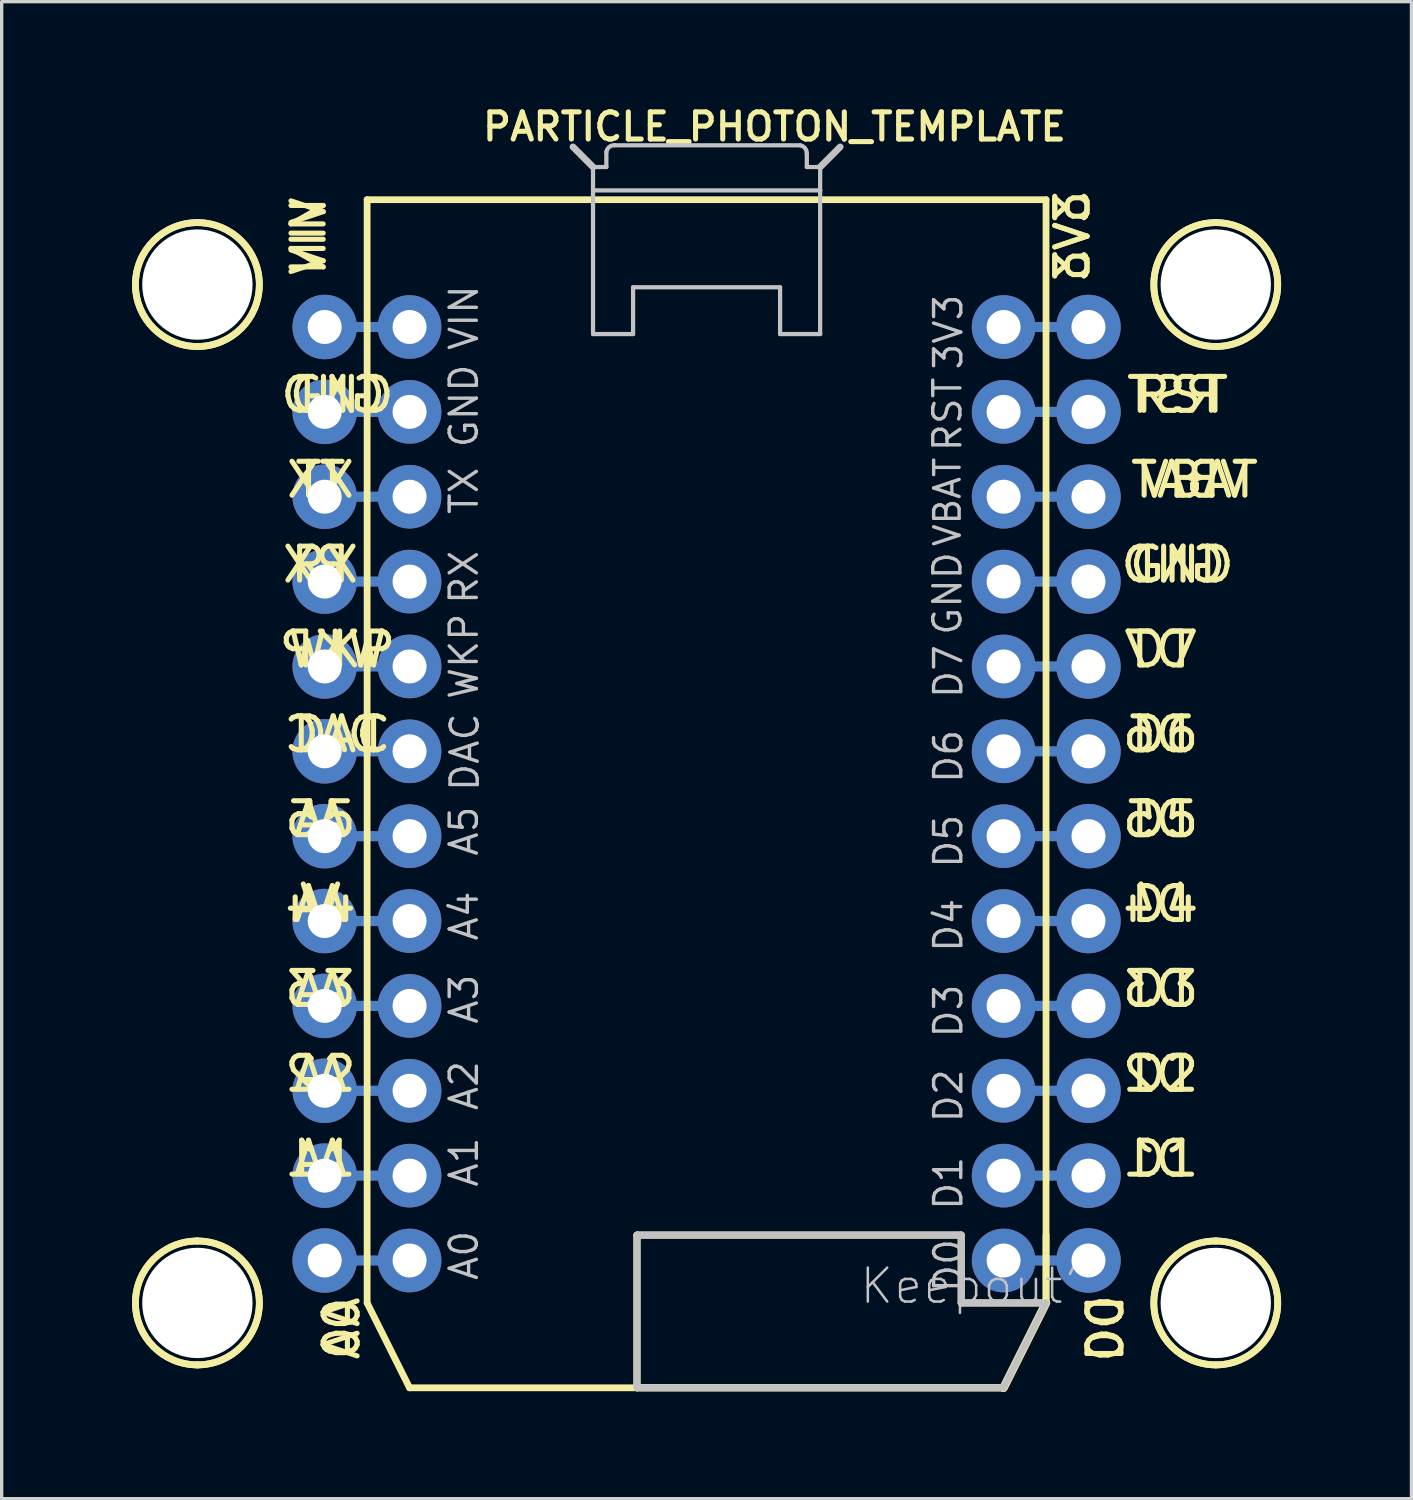
<source format=kicad_pcb>
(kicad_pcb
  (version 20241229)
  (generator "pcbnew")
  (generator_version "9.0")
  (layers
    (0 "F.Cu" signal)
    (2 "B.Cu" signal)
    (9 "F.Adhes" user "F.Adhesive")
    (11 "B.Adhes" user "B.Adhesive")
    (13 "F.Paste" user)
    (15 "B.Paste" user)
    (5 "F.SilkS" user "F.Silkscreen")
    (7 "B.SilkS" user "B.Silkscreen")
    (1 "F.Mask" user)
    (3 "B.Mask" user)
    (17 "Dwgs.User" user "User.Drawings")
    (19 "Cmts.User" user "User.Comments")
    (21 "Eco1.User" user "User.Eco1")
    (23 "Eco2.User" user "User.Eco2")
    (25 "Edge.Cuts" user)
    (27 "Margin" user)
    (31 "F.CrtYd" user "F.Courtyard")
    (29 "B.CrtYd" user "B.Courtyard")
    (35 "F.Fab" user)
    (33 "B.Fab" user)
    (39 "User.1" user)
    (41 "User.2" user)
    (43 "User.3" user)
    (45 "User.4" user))
  (footprint "PARTICLE_PHOTON_TEMPLATE"
    (layer "F.Cu")
    (at 18.098 20.707)
    (property "Reference" "PARTICLE_PHOTON_TEMPLATE" (at 2.032 -19.964 0) (layer "F.SilkS") (effects (font (size 0.813 0.813) (thickness 0.152))))
    (attr exclude_from_pos_files exclude_from_bom)
    (fp_line (start -11.43 -13.97) (end -8.89 -13.97) (stroke (width 0.305) (type solid)) (layer "B.Cu"))
    (fp_line (start -11.43 -8.89) (end -8.89 -8.89) (stroke (width 0.305) (type solid)) (layer "B.Cu"))
    (fp_line (start -11.43 -6.35) (end -8.89 -6.35) (stroke (width 0.305) (type solid)) (layer "B.Cu"))
    (fp_line (start -11.43 -3.81) (end -8.89 -3.81) (stroke (width 0.305) (type solid)) (layer "B.Cu"))
    (fp_line (start -11.43 -1.27) (end -8.89 -1.27) (stroke (width 0.305) (type solid)) (layer "B.Cu"))
    (fp_line (start -11.43 1.27) (end -8.89 1.27) (stroke (width 0.305) (type solid)) (layer "B.Cu"))
    (fp_line (start -11.43 3.81) (end -8.89 3.81) (stroke (width 0.305) (type solid)) (layer "B.Cu"))
    (fp_line (start -11.43 6.35) (end -8.89 6.35) (stroke (width 0.305) (type solid)) (layer "B.Cu"))
    (fp_line (start -11.43 8.89) (end -8.89 8.89) (stroke (width 0.305) (type solid)) (layer "B.Cu"))
    (fp_line (start -11.43 11.43) (end -8.89 11.43) (stroke (width 0.305) (type solid)) (layer "B.Cu"))
    (fp_line (start -11.43 13.97) (end -8.89 13.97) (stroke (width 0.305) (type solid)) (layer "B.Cu"))
    (fp_line (start -8.89 -11.43) (end -11.43 -11.43) (stroke (width 0.305) (type solid)) (layer "B.Cu"))
    (fp_line (start 8.89 -13.97) (end 11.43 -13.97) (stroke (width 0.305) (type solid)) (layer "B.Cu"))
    (fp_line (start 8.89 -11.43) (end 11.43 -11.43) (stroke (width 0.305) (type solid)) (layer "B.Cu"))
    (fp_line (start 8.89 -8.89) (end 11.43 -8.89) (stroke (width 0.305) (type solid)) (layer "B.Cu"))
    (fp_line (start 8.89 -6.35) (end 11.43 -6.35) (stroke (width 0.305) (type solid)) (layer "B.Cu"))
    (fp_line (start 8.89 -3.81) (end 11.43 -3.81) (stroke (width 0.305) (type solid)) (layer "B.Cu"))
    (fp_line (start 8.89 -1.27) (end 11.43 -1.27) (stroke (width 0.305) (type solid)) (layer "B.Cu"))
    (fp_line (start 8.89 1.27) (end 11.43 1.27) (stroke (width 0.305) (type solid)) (layer "B.Cu"))
    (fp_line (start 8.89 3.81) (end 11.43 3.81) (stroke (width 0.305) (type solid)) (layer "B.Cu"))
    (fp_line (start 8.89 6.35) (end 11.43 6.35) (stroke (width 0.305) (type solid)) (layer "B.Cu"))
    (fp_line (start 8.89 8.89) (end 11.43 8.89) (stroke (width 0.305) (type solid)) (layer "B.Cu"))
    (fp_line (start 8.89 11.43) (end 11.43 11.43) (stroke (width 0.305) (type solid)) (layer "B.Cu"))
    (fp_line (start 8.89 13.97) (end 11.43 13.97) (stroke (width 0.305) (type solid)) (layer "B.Cu"))
    (fp_line (start -10.16 -17.78) (end 10.16 -17.78) (stroke (width 0.203) (type solid)) (layer "F.SilkS"))
    (fp_line (start -10.16 15.24) (end -10.16 -17.78) (stroke (width 0.203) (type solid)) (layer "F.SilkS"))
    (fp_line (start -8.89 17.78) (end -10.16 15.24) (stroke (width 0.203) (type solid)) (layer "F.SilkS"))
    (fp_line (start -2.083 13.208) (end -2.083 17.78) (stroke (width 0.203) (type solid)) (layer "F.SilkS"))
    (fp_line (start -2.083 13.208) (end -2.083 17.78) (stroke (width 0.203) (type solid)) (layer "F.SilkS"))
    (fp_line (start -2.083 17.78) (end 8.89 17.78) (stroke (width 0.203) (type solid)) (layer "F.SilkS"))
    (fp_line (start -2.083 17.78) (end 8.89 17.78) (stroke (width 0.203) (type solid)) (layer "F.SilkS"))
    (fp_line (start 7.62 13.208) (end -2.083 13.208) (stroke (width 0.203) (type solid)) (layer "F.SilkS"))
    (fp_line (start 7.62 13.208) (end -2.083 13.208) (stroke (width 0.203) (type solid)) (layer "F.SilkS"))
    (fp_line (start 7.62 15.24) (end 7.62 13.208) (stroke (width 0.203) (type solid)) (layer "F.SilkS"))
    (fp_line (start 7.62 15.24) (end 7.62 13.208) (stroke (width 0.203) (type solid)) (layer "F.SilkS"))
    (fp_line (start 8.89 17.78) (end -8.89 17.78) (stroke (width 0.203) (type solid)) (layer "F.SilkS"))
    (fp_line (start 8.89 17.78) (end 10.16 15.24) (stroke (width 0.203) (type solid)) (layer "F.SilkS"))
    (fp_line (start 8.89 17.78) (end 10.16 15.24) (stroke (width 0.203) (type solid)) (layer "F.SilkS"))
    (fp_line (start 10.16 -17.78) (end 10.16 15.24) (stroke (width 0.203) (type solid)) (layer "F.SilkS"))
    (fp_line (start 10.16 13.208) (end 10.16 15.24) (stroke (width 0.203) (type solid)) (layer "F.SilkS"))
    (fp_line (start 10.16 15.24) (end 7.62 15.24) (stroke (width 0.203) (type solid)) (layer "F.SilkS"))
    (fp_line (start 10.16 15.24) (end 7.62 15.24) (stroke (width 0.203) (type solid)) (layer "F.SilkS"))
    (fp_line (start 10.16 15.24) (end 8.89 17.78) (stroke (width 0.254) (type solid)) (layer "F.SilkS"))
    (fp_arc (start -15.24 -17.0942) (mid -13.3858 -15.24) (end -15.24 -13.3858) (stroke (width 0.2032) (type solid)) (layer "F.SilkS"))
    (fp_arc (start -15.24 -17.0942) (mid -13.3858 -15.24) (end -15.24 -13.3858) (stroke (width 0.2032) (type solid)) (layer "F.SilkS"))
    (fp_arc (start -15.24 -13.3858) (mid -17.0942 -15.24) (end -15.24 -17.0942) (stroke (width 0.2032) (type solid)) (layer "F.SilkS"))
    (fp_arc (start -15.24 -13.3858) (mid -17.0942 -15.24) (end -15.24 -17.0942) (stroke (width 0.2032) (type solid)) (layer "F.SilkS"))
    (fp_arc (start -15.24 13.3858) (mid -13.3858 15.24) (end -15.24 17.0942) (stroke (width 0.2032) (type solid)) (layer "F.SilkS"))
    (fp_arc (start -15.24 13.3858) (mid -13.3858 15.24) (end -15.24 17.0942) (stroke (width 0.2032) (type solid)) (layer "F.SilkS"))
    (fp_arc (start -15.24 17.0942) (mid -17.0942 15.24) (end -15.24 13.3858) (stroke (width 0.2032) (type solid)) (layer "F.SilkS"))
    (fp_arc (start -15.24 17.0942) (mid -17.0942 15.24) (end -15.24 13.3858) (stroke (width 0.2032) (type solid)) (layer "F.SilkS"))
    (fp_arc (start 15.24 -17.0942) (mid 17.0942 -15.24) (end 15.24 -13.3858) (stroke (width 0.2032) (type solid)) (layer "F.SilkS"))
    (fp_arc (start 15.24 -17.0942) (mid 17.0942 -15.24) (end 15.24 -13.3858) (stroke (width 0.2032) (type solid)) (layer "F.SilkS"))
    (fp_arc (start 15.24 -13.3858) (mid 13.3858 -15.24) (end 15.24 -17.0942) (stroke (width 0.2032) (type solid)) (layer "F.SilkS"))
    (fp_arc (start 15.24 -13.3858) (mid 13.3858 -15.24) (end 15.24 -17.0942) (stroke (width 0.2032) (type solid)) (layer "F.SilkS"))
    (fp_arc (start 15.24 13.3858) (mid 17.0942 15.24) (end 15.24 17.0942) (stroke (width 0.2032) (type solid)) (layer "F.SilkS"))
    (fp_arc (start 15.24 13.3858) (mid 17.0942 15.24) (end 15.24 17.0942) (stroke (width 0.2032) (type solid)) (layer "F.SilkS"))
    (fp_arc (start 15.24 17.0942) (mid 13.3858 15.24) (end 15.24 13.3858) (stroke (width 0.2032) (type solid)) (layer "F.SilkS"))
    (fp_arc (start 15.24 17.0942) (mid 13.3858 15.24) (end 15.24 13.3858) (stroke (width 0.2032) (type solid)) (layer "F.SilkS"))
    (fp_line (start -3.399 -18.758) (end -3.998 -19.36) (stroke (width 0.203) (type solid)) (layer "Dwgs.User"))
    (fp_line (start -3.399 -18.059) (end -3.399 -18.758) (stroke (width 0.127) (type solid)) (layer "Dwgs.User"))
    (fp_line (start -3.399 -13.759) (end -3.399 -18.059) (stroke (width 0.127) (type solid)) (layer "Dwgs.User"))
    (fp_line (start -3.399 -13.759) (end -2.2 -13.759) (stroke (width 0.127) (type solid)) (layer "Dwgs.User"))
    (fp_line (start -3 -19.207) (end -3 -18.758) (stroke (width 0.127) (type solid)) (layer "Dwgs.User"))
    (fp_line (start -3 -18.758) (end -3.399 -18.758) (stroke (width 0.127) (type solid)) (layer "Dwgs.User"))
    (fp_line (start -2.2 -15.159) (end -2.2 -13.759) (stroke (width 0.127) (type solid)) (layer "Dwgs.User"))
    (fp_line (start -2.083 13.208) (end -2.083 17.78) (stroke (width 0.203) (type solid)) (layer "Dwgs.User"))
    (fp_line (start -2.083 17.78) (end 8.89 17.78) (stroke (width 0.203) (type solid)) (layer "Dwgs.User"))
    (fp_line (start 2.2 -15.159) (end -2.2 -15.159) (stroke (width 0.127) (type solid)) (layer "Dwgs.User"))
    (fp_line (start 2.2 -15.159) (end 2.2 -13.759) (stroke (width 0.127) (type solid)) (layer "Dwgs.User"))
    (fp_line (start 2.799 -19.408) (end -2.748 -19.408) (stroke (width 0.127) (type solid)) (layer "Dwgs.User"))
    (fp_line (start 3 -18.758) (end 3 -19.159) (stroke (width 0.127) (type solid)) (layer "Dwgs.User"))
    (fp_line (start 3.399 -18.758) (end 3 -18.758) (stroke (width 0.127) (type solid)) (layer "Dwgs.User"))
    (fp_line (start 3.399 -18.758) (end 3.399 -18.059) (stroke (width 0.127) (type solid)) (layer "Dwgs.User"))
    (fp_line (start 3.399 -18.758) (end 3.998 -19.36) (stroke (width 0.203) (type solid)) (layer "Dwgs.User"))
    (fp_line (start 3.399 -18.059) (end -3.399 -18.059) (stroke (width 0.127) (type solid)) (layer "Dwgs.User"))
    (fp_line (start 3.399 -18.059) (end 3.399 -13.759) (stroke (width 0.127) (type solid)) (layer "Dwgs.User"))
    (fp_line (start 3.399 -13.759) (end 2.2 -13.759) (stroke (width 0.127) (type solid)) (layer "Dwgs.User"))
    (fp_line (start 7.62 13.208) (end -2.083 13.208) (stroke (width 0.203) (type solid)) (layer "Dwgs.User"))
    (fp_line (start 7.62 15.24) (end 7.62 13.208) (stroke (width 0.203) (type solid)) (layer "Dwgs.User"))
    (fp_line (start 10.16 15.24) (end 7.62 15.24) (stroke (width 0.203) (type solid)) (layer "Dwgs.User"))
    (fp_line (start 10.16 15.24) (end 8.89 17.78) (stroke (width 0.203) (type solid)) (layer "Dwgs.User"))
    (fp_arc (start -2.99974 -19.20748) (mid -2.914465 -19.357069) (end -2.750764 -19.410461) (stroke (width 0.127) (type solid)) (layer "Dwgs.User"))
    (fp_arc (start 2.79908 -19.40814) (mid 2.946301 -19.321817) (end 2.997236 -19.158933) (stroke (width 0.127) (type solid)) (layer "Dwgs.User"))
    (fp_circle (center -15.24 -15.24) (end -15.24 -18.034) (stroke (width 0.127) (type solid)) (fill no) (layer "Eco2.User"))
    (fp_circle (center -15.24 15.24) (end -15.24 12.446) (stroke (width 0.127) (type solid)) (fill no) (layer "Eco2.User"))
    (fp_circle (center 15.24 -15.24) (end 15.24 -18.034) (stroke (width 0.127) (type solid)) (fill no) (layer "Eco2.User"))
    (fp_circle (center 15.24 15.24) (end 15.24 12.446) (stroke (width 0.127) (type solid)) (fill no) (layer "Eco2.User"))
    (fp_text user "A1" (at -11.684 10.922 0) (layer "F.SilkS") (effects (font (size 1.016 1.016) (thickness 0.152)) (justify mirror)))
    (fp_text user "GND" (at -10.922 -11.938 0) (layer "F.SilkS") (effects (font (size 1.016 1.016) (thickness 0.152))))
    (fp_text user "D4" (at 13.462 3.302 0) (layer "F.SilkS") (effects (font (size 1.016 1.016) (thickness 0.152)) (justify mirror)))
    (fp_text user "A2" (at -11.684 8.382 0) (layer "F.SilkS") (effects (font (size 1.016 1.016) (thickness 0.152)) (justify mirror)))
    (fp_text user "A4" (at -11.684 3.302 0) (layer "F.SilkS") (effects (font (size 1.016 1.016) (thickness 0.152)) (justify mirror)))
    (fp_text user "RX" (at -11.684 -6.858 0) (layer "F.SilkS") (effects (font (size 1.016 1.016) (thickness 0.152)) (justify mirror)))
    (fp_text user "VIN" (at -11.913 -16.688 90) (layer "F.SilkS") (effects (font (size 0.965 0.965) (thickness 0.152))))
    (fp_text user "D2" (at 13.716 8.382 0) (layer "F.SilkS") (effects (font (size 1.016 1.016) (thickness 0.152))))
    (fp_text user "A5" (at -11.43 0.762 0) (layer "F.SilkS") (effects (font (size 1.016 1.016) (thickness 0.152))))
    (fp_text user "A0" (at -10.922 16.002 270) (layer "F.SilkS") (effects (font (size 1.016 1.016) (thickness 0.152))))
    (fp_text user "D6" (at 13.462 -1.778 0) (layer "F.SilkS") (effects (font (size 1.016 1.016) (thickness 0.152)) (justify mirror)))
    (fp_text user "A5" (at -11.684 0.762 0) (layer "F.SilkS") (effects (font (size 1.016 1.016) (thickness 0.152)) (justify mirror)))
    (fp_text user "D0" (at 11.938 16.002 270) (layer "F.SilkS") (effects (font (size 1.016 1.016) (thickness 0.152))))
    (fp_text user "A3" (at -11.684 5.842 0) (layer "F.SilkS") (effects (font (size 1.016 1.016) (thickness 0.152)) (justify mirror)))
    (fp_text user "GND" (at -11.176 -11.938 0) (layer "F.SilkS") (effects (font (size 1.016 1.016) (thickness 0.152)) (justify mirror)))
    (fp_text user "WKP" (at -11.176 -4.318 0) (layer "F.SilkS") (effects (font (size 1.016 1.016) (thickness 0.152)) (justify mirror)))
    (fp_text user "RX" (at -11.43 -6.858 0) (layer "F.SilkS") (effects (font (size 1.016 1.016) (thickness 0.152))))
    (fp_text user "D3" (at 13.716 5.842 0) (layer "F.SilkS") (effects (font (size 1.016 1.016) (thickness 0.152))))
    (fp_text user "GND" (at 13.97 -6.858 0) (layer "F.SilkS") (effects (font (size 1.016 1.016) (thickness 0.152)) (justify mirror)))
    (fp_text user "GND" (at 14.224 -6.858 0) (layer "F.SilkS") (effects (font (size 1.016 1.016) (thickness 0.152))))
    (fp_text user "D3" (at 13.462 5.842 0) (layer "F.SilkS") (effects (font (size 1.016 1.016) (thickness 0.152)) (justify mirror)))
    (fp_text user "D1" (at 13.716 10.922 0) (layer "F.SilkS") (effects (font (size 1.016 1.016) (thickness 0.152))))
    (fp_text user "D7" (at 13.716 -4.318 0) (layer "F.SilkS") (effects (font (size 1.016 1.016) (thickness 0.152))))
    (fp_text user "DAC" (at -11.176 -1.778 0) (layer "F.SilkS") (effects (font (size 1.016 1.016) (thickness 0.152)) (justify mirror)))
    (fp_text user "VBAT" (at 14.475 -9.398 0) (layer "F.SilkS") (effects (font (size 1.016 1.016) (thickness 0.152)) (justify mirror)))
    (fp_text user "D2" (at 13.462 8.382 0) (layer "F.SilkS") (effects (font (size 1.016 1.016) (thickness 0.152)) (justify mirror)))
    (fp_text user "RST" (at 13.97 -11.938 0) (layer "F.SilkS") (effects (font (size 1.016 1.016) (thickness 0.152)) (justify mirror)))
    (fp_text user "A2" (at -11.43 8.382 0) (layer "F.SilkS") (effects (font (size 1.016 1.016) (thickness 0.152))))
    (fp_text user "D1" (at 13.462 10.922 0) (layer "F.SilkS") (effects (font (size 1.016 1.016) (thickness 0.152)) (justify mirror)))
    (fp_text user "A0" (at -10.922 16.002 270) (layer "F.SilkS") (effects (font (size 1.016 1.016) (thickness 0.152)) (justify mirror)))
    (fp_text user "D4" (at 13.716 3.302 0) (layer "F.SilkS") (effects (font (size 1.016 1.016) (thickness 0.152))))
    (fp_text user "D5" (at 13.716 0.762 0) (layer "F.SilkS") (effects (font (size 1.016 1.016) (thickness 0.152))))
    (fp_text user "D7" (at 13.462 -4.318 0) (layer "F.SilkS") (effects (font (size 1.016 1.016) (thickness 0.152)) (justify mirror)))
    (fp_text user "VBAT" (at 14.732 -9.398 0) (layer "F.SilkS") (effects (font (size 1.016 1.016) (thickness 0.152))))
    (fp_text user "D5" (at 13.462 0.762 0) (layer "F.SilkS") (effects (font (size 1.016 1.016) (thickness 0.152)) (justify mirror)))
    (fp_text user "A4" (at -11.43 3.302 0) (layer "F.SilkS") (effects (font (size 1.016 1.016) (thickness 0.152))))
    (fp_text user "DAC" (at -10.922 -1.778 0) (layer "F.SilkS") (effects (font (size 1.016 1.016) (thickness 0.152))))
    (fp_text user "D0" (at 11.938 16.002 270) (layer "F.SilkS") (effects (font (size 1.016 1.016) (thickness 0.152)) (justify mirror)))
    (fp_text user "3V3" (at 10.947 -16.688 90) (layer "F.SilkS") (effects (font (size 0.965 0.965) (thickness 0.152)) (justify mirror)))
    (fp_text user "TX" (at -11.684 -9.398 0) (layer "F.SilkS") (effects (font (size 1.016 1.016) (thickness 0.152)) (justify mirror)))
    (fp_text user "TX" (at -11.43 -9.398 0) (layer "F.SilkS") (effects (font (size 1.016 1.016) (thickness 0.152))))
    (fp_text user "VIN" (at -11.913 -16.688 90) (layer "F.SilkS") (effects (font (size 0.965 0.965) (thickness 0.152)) (justify mirror)))
    (fp_text user "A3" (at -11.43 5.842 0) (layer "F.SilkS") (effects (font (size 1.016 1.016) (thickness 0.152))))
    (fp_text user "D6" (at 13.716 -1.778 0) (layer "F.SilkS") (effects (font (size 1.016 1.016) (thickness 0.152))))
    (fp_text user "3V3" (at 10.947 -16.688 90) (layer "F.SilkS") (effects (font (size 0.965 0.965) (thickness 0.152))))
    (fp_text user "A1" (at -11.43 10.922 0) (layer "F.SilkS") (effects (font (size 1.016 1.016) (thickness 0.152))))
    (fp_text user "RST" (at 14.224 -11.938 0) (layer "F.SilkS") (effects (font (size 1.016 1.016) (thickness 0.152))))
    (fp_text user "WKP" (at -10.922 -4.318 0) (layer "F.SilkS") (effects (font (size 1.016 1.016) (thickness 0.152))))
    (fp_text user "A5" (at -7.262 1.118 90) (layer "Dwgs.User") (effects (font (size 0.813 0.813) (thickness 0.102))))
    (fp_text user "DAC" (at -7.236 -1.245 90) (layer "Dwgs.User") (effects (font (size 0.813 0.813) (thickness 0.102))))
    (fp_text user "D3" (at 7.236 6.502 270) (layer "Dwgs.User") (effects (font (size 0.813 0.813) (thickness 0.102))))
    (fp_text user "VIN" (at -7.262 -14.249 90) (layer "Dwgs.User") (effects (font (size 0.813 0.813) (thickness 0.102))))
    (fp_text user "A0" (at -7.262 13.818 90) (layer "Dwgs.User") (effects (font (size 0.813 0.813) (thickness 0.102))))
    (fp_text user "A3" (at -7.262 6.147 90) (layer "Dwgs.User") (effects (font (size 0.813 0.813) (thickness 0.102))))
    (fp_text user "VBAT" (at 7.211 -8.735 270) (layer "Dwgs.User") (effects (font (size 0.762 0.762) (thickness 0.102))))
    (fp_text user "TX" (at -7.262 -9.068 90) (layer "Dwgs.User") (effects (font (size 0.813 0.813) (thickness 0.102))))
    (fp_text user "A1" (at -7.262 11.024 90) (layer "Dwgs.User") (effects (font (size 0.813 0.813) (thickness 0.102))))
    (fp_text user "A2" (at -7.262 8.735 90) (layer "Dwgs.User") (effects (font (size 0.813 0.813) (thickness 0.102))))
    (fp_text user "GND" (at -7.262 -11.608 90) (layer "Dwgs.User") (effects (font (size 0.813 0.813) (thickness 0.102))))
    (fp_text user "GND" (at 7.211 -5.994 270) (layer "Dwgs.User") (effects (font (size 0.813 0.813) (thickness 0.102))))
    (fp_text user "3V3" (at 7.236 -13.818 270) (layer "Dwgs.User") (effects (font (size 0.813 0.813) (thickness 0.102))))
    (fp_text user "D2" (at 7.236 9.042 270) (layer "Dwgs.User") (effects (font (size 0.813 0.813) (thickness 0.102))))
    (fp_text user "WKP" (at -7.262 -4.115 90) (layer "Dwgs.User") (effects (font (size 0.813 0.813) (thickness 0.102))))
    (fp_text user "RST" (at 7.211 -11.354 270) (layer "Dwgs.User") (effects (font (size 0.813 0.813) (thickness 0.102))))
    (fp_text user "D5" (at 7.236 1.422 270) (layer "Dwgs.User") (effects (font (size 0.813 0.813) (thickness 0.102))))
    (fp_text user "D0" (at 7.236 14.122 270) (layer "Dwgs.User") (effects (font (size 0.813 0.813) (thickness 0.102))))
    (fp_text user "D1" (at 7.236 11.659 270) (layer "Dwgs.User") (effects (font (size 0.813 0.813) (thickness 0.102))))
    (fp_text user "D7" (at 7.236 -3.658 270) (layer "Dwgs.User") (effects (font (size 0.813 0.813) (thickness 0.102))))
    (fp_text user "D4" (at 7.236 3.937 270) (layer "Dwgs.User") (effects (font (size 0.813 0.813) (thickness 0.102))))
    (fp_text user "RX" (at -7.262 -6.477 90) (layer "Dwgs.User") (effects (font (size 0.813 0.813) (thickness 0.102))))
    (fp_text user "D6" (at 7.236 -1.118 270) (layer "Dwgs.User") (effects (font (size 0.813 0.813) (thickness 0.102))))
    (fp_text user "Keepout'" (at 7.874 14.732 0) (layer "Dwgs.User") (effects (font (size 1.016 1.016) (thickness 0.076))))
    (fp_text user "A4" (at -7.262 3.658 90) (layer "Dwgs.User") (effects (font (size 0.813 0.813) (thickness 0.102))))
    (pad "" np_thru_hole circle (at -15.24 -15.24) (size 3.302 3.302) (drill 3.302) (layers "*.Cu" "*.Mask"))
    (pad "" np_thru_hole circle (at -15.24 15.24) (size 3.302 3.302) (drill 3.302) (layers "*.Cu" "*.Mask"))
    (pad "" np_thru_hole circle (at 15.24 -15.24) (size 3.302 3.302) (drill 3.302) (layers "*.Cu" "*.Mask"))
    (pad "" np_thru_hole circle (at 15.24 15.24) (size 3.302 3.302) (drill 3.302) (layers "*.Cu" "*.Mask"))
    (pad "1" thru_hole circle (at -8.89 -13.97) (size 1.905 1.905) (drill 1.016) (layers "*.Cu" "*.Paste" "*.Mask"))
    (pad "2" thru_hole circle (at -8.89 -11.43) (size 1.905 1.905) (drill 1.016) (layers "*.Cu" "*.Paste" "*.Mask"))
    (pad "3" thru_hole circle (at -8.89 -8.89) (size 1.905 1.905) (drill 1.016) (layers "*.Cu" "*.Paste" "*.Mask"))
    (pad "3V3" thru_hole circle (at 11.43 -13.97) (size 1.93 1.93) (drill 1.016) (layers "*.Cu" "*.Paste" "*.Mask"))
    (pad "4" thru_hole circle (at -8.89 -6.35) (size 1.905 1.905) (drill 1.016) (layers "*.Cu" "*.Paste" "*.Mask"))
    (pad "5" thru_hole circle (at -8.89 -3.81) (size 1.905 1.905) (drill 1.016) (layers "*.Cu" "*.Paste" "*.Mask"))
    (pad "6" thru_hole circle (at -8.89 -1.27) (size 1.905 1.905) (drill 1.016) (layers "*.Cu" "*.Paste" "*.Mask"))
    (pad "7" thru_hole circle (at -8.89 1.27) (size 1.905 1.905) (drill 1.016) (layers "*.Cu" "*.Paste" "*.Mask"))
    (pad "8" thru_hole circle (at -8.89 3.81) (size 1.905 1.905) (drill 1.016) (layers "*.Cu" "*.Paste" "*.Mask"))
    (pad "9" thru_hole circle (at -8.89 6.35) (size 1.905 1.905) (drill 1.016) (layers "*.Cu" "*.Paste" "*.Mask"))
    (pad "10" thru_hole circle (at -8.89 8.89) (size 1.905 1.905) (drill 1.016) (layers "*.Cu" "*.Paste" "*.Mask"))
    (pad "11" thru_hole circle (at -8.89 11.43) (size 1.905 1.905) (drill 1.016) (layers "*.Cu" "*.Paste" "*.Mask"))
    (pad "12" thru_hole circle (at -8.89 13.97) (size 1.905 1.905) (drill 1.016) (layers "*.Cu" "*.Paste" "*.Mask"))
    (pad "13" thru_hole circle (at 8.89 13.97) (size 1.905 1.905) (drill 1.016) (layers "*.Cu" "*.Paste" "*.Mask"))
    (pad "14" thru_hole circle (at 8.89 11.43) (size 1.905 1.905) (drill 1.016) (layers "*.Cu" "*.Paste" "*.Mask"))
    (pad "15" thru_hole circle (at 8.89 8.89) (size 1.905 1.905) (drill 1.016) (layers "*.Cu" "*.Paste" "*.Mask"))
    (pad "16" thru_hole circle (at 8.89 6.35) (size 1.905 1.905) (drill 1.016) (layers "*.Cu" "*.Paste" "*.Mask"))
    (pad "17" thru_hole circle (at 8.89 3.81) (size 1.905 1.905) (drill 1.016) (layers "*.Cu" "*.Paste" "*.Mask"))
    (pad "18" thru_hole circle (at 8.89 1.27) (size 1.905 1.905) (drill 1.016) (layers "*.Cu" "*.Paste" "*.Mask"))
    (pad "19" thru_hole circle (at 8.89 -1.27) (size 1.905 1.905) (drill 1.016) (layers "*.Cu" "*.Paste" "*.Mask"))
    (pad "20" thru_hole circle (at 8.89 -3.81) (size 1.905 1.905) (drill 1.016) (layers "*.Cu" "*.Paste" "*.Mask"))
    (pad "21" thru_hole circle (at 8.89 -6.35) (size 1.905 1.905) (drill 1.016) (layers "*.Cu" "*.Paste" "*.Mask"))
    (pad "22" thru_hole circle (at 8.89 -8.89) (size 1.905 1.905) (drill 1.016) (layers "*.Cu" "*.Paste" "*.Mask"))
    (pad "23" thru_hole circle (at 8.89 -11.43) (size 1.905 1.905) (drill 1.016) (layers "*.Cu" "*.Paste" "*.Mask"))
    (pad "24" thru_hole circle (at 8.89 -13.97) (size 1.905 1.905) (drill 1.016) (layers "*.Cu" "*.Paste" "*.Mask"))
    (pad "A0" thru_hole circle (at -11.43 13.97) (size 1.93 1.93) (drill 1.016) (layers "*.Cu" "*.Paste" "*.Mask"))
    (pad "A1" thru_hole circle (at -11.43 11.43) (size 1.93 1.93) (drill 1.016) (layers "*.Cu" "*.Paste" "*.Mask"))
    (pad "A2" thru_hole circle (at -11.43 8.89) (size 1.93 1.93) (drill 1.016) (layers "*.Cu" "*.Paste" "*.Mask"))
    (pad "A3" thru_hole circle (at -11.43 6.35) (size 1.93 1.93) (drill 1.016) (layers "*.Cu" "*.Paste" "*.Mask"))
    (pad "A4" thru_hole circle (at -11.43 3.81) (size 1.93 1.93) (drill 1.016) (layers "*.Cu" "*.Paste" "*.Mask"))
    (pad "A5" thru_hole circle (at -11.43 1.27) (size 1.93 1.93) (drill 1.016) (layers "*.Cu" "*.Paste" "*.Mask"))
    (pad "D0" thru_hole circle (at 11.43 13.97) (size 1.93 1.93) (drill 1.016) (layers "*.Cu" "*.Paste" "*.Mask"))
    (pad "D1" thru_hole circle (at 11.43 11.43) (size 1.93 1.93) (drill 1.016) (layers "*.Cu" "*.Paste" "*.Mask"))
    (pad "D2" thru_hole circle (at 11.43 8.89) (size 1.93 1.93) (drill 1.016) (layers "*.Cu" "*.Paste" "*.Mask"))
    (pad "D3" thru_hole circle (at 11.43 6.35) (size 1.93 1.93) (drill 1.016) (layers "*.Cu" "*.Paste" "*.Mask"))
    (pad "D4" thru_hole circle (at 11.43 3.81) (size 1.93 1.93) (drill 1.016) (layers "*.Cu" "*.Paste" "*.Mask"))
    (pad "D5" thru_hole circle (at 11.43 1.27) (size 1.93 1.93) (drill 1.016) (layers "*.Cu" "*.Paste" "*.Mask"))
    (pad "D6" thru_hole circle (at 11.43 -1.27) (size 1.93 1.93) (drill 1.016) (layers "*.Cu" "*.Paste" "*.Mask"))
    (pad "D7" thru_hole circle (at 11.43 -3.81) (size 1.93 1.93) (drill 1.016) (layers "*.Cu" "*.Paste" "*.Mask"))
    (pad "DAC" thru_hole circle (at -11.43 -1.27) (size 1.93 1.93) (drill 1.016) (layers "*.Cu" "*.Paste" "*.Mask"))
    (pad "GND@" thru_hole circle (at -11.43 -11.43) (size 1.93 1.93) (drill 1.016) (layers "*.Cu" "*.Paste" "*.Mask"))
    (pad "GND@" thru_hole circle (at 11.43 -6.35) (size 1.93 1.93) (drill 1.016) (layers "*.Cu" "*.Paste" "*.Mask"))
    (pad "RST" thru_hole circle (at 11.43 -11.43) (size 1.93 1.93) (drill 1.016) (layers "*.Cu" "*.Paste" "*.Mask"))
    (pad "RX" thru_hole circle (at -11.43 -6.35) (size 1.93 1.93) (drill 1.016) (layers "*.Cu" "*.Paste" "*.Mask"))
    (pad "TX" thru_hole circle (at -11.43 -8.89) (size 1.93 1.93) (drill 1.016) (layers "*.Cu" "*.Paste" "*.Mask"))
    (pad "VBAT" thru_hole circle (at 11.43 -8.89) (size 1.93 1.93) (drill 1.016) (layers "*.Cu" "*.Paste" "*.Mask"))
    (pad "VIN" thru_hole circle (at -11.43 -13.97) (size 1.93 1.93) (drill 1.016) (layers "*.Cu" "*.Paste" "*.Mask"))
    (pad "WKP" thru_hole circle (at -11.43 -3.81) (size 1.93 1.93) (drill 1.016) (layers "*.Cu" "*.Paste" "*.Mask")))
  (gr_rect
    (start -3 -3)
    (end 39.195 41.805)
    (stroke (width 0.1) (type default))
    (fill no)
    (layer "Edge.Cuts")))
</source>
